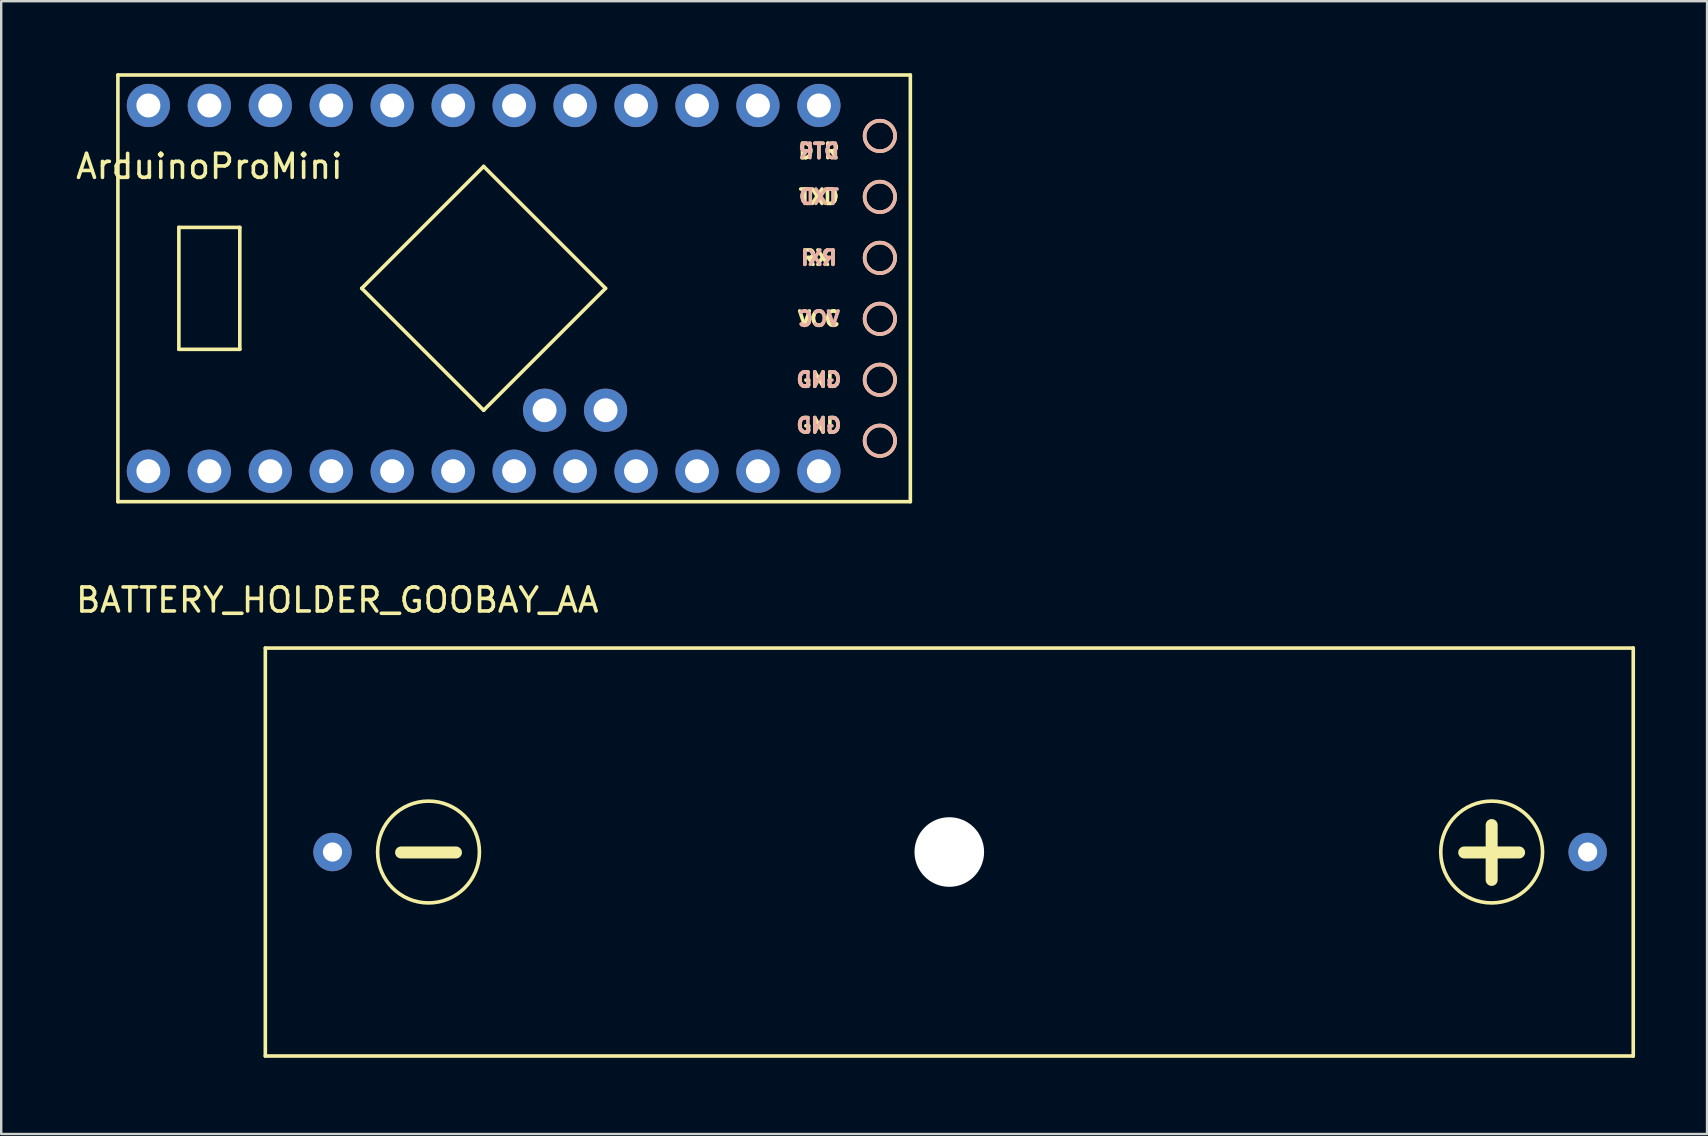
<source format=kicad_pcb>
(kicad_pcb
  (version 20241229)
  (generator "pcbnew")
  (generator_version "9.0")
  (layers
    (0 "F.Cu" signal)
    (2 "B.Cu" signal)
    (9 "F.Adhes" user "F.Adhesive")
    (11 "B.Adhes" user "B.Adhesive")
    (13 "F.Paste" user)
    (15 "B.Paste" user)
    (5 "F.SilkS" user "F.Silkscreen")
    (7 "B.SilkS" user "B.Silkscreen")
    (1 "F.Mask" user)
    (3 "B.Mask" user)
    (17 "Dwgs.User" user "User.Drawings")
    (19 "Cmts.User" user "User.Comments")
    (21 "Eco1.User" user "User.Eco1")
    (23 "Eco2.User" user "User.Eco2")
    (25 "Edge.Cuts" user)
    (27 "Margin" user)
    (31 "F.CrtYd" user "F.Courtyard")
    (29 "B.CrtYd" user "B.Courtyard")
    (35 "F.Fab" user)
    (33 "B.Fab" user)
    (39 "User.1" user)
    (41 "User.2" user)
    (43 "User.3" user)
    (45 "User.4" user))
  (footprint "ArduinoProMini"
    (layer "F.Cu")
    (at 1.863 17.855)
    (property "Reference" "ArduinoProMini" (at 3.81 -13.97 0) (layer "F.SilkS") (effects (font (size 1 1) (thickness 0.15))))
    (attr through_hole)
    (fp_line (start 0 -17.78) (end 0 0) (stroke (width 0.15) (type solid)) (layer "F.SilkS"))
    (fp_line (start 0 0) (end 33.02 0) (stroke (width 0.15) (type solid)) (layer "F.SilkS"))
    (fp_line (start 2.54 -11.43) (end 2.54 -6.35) (stroke (width 0.15) (type solid)) (layer "F.SilkS"))
    (fp_line (start 2.54 -6.35) (end 5.08 -6.35) (stroke (width 0.15) (type solid)) (layer "F.SilkS"))
    (fp_line (start 5.08 -11.43) (end 2.54 -11.43) (stroke (width 0.15) (type solid)) (layer "F.SilkS"))
    (fp_line (start 5.08 -6.35) (end 5.08 -11.43) (stroke (width 0.15) (type solid)) (layer "F.SilkS"))
    (fp_line (start 10.16 -8.89) (end 15.24 -3.81) (stroke (width 0.15) (type solid)) (layer "F.SilkS"))
    (fp_line (start 15.24 -13.97) (end 10.16 -8.89) (stroke (width 0.15) (type solid)) (layer "F.SilkS"))
    (fp_line (start 15.24 -3.81) (end 20.32 -8.89) (stroke (width 0.15) (type solid)) (layer "F.SilkS"))
    (fp_line (start 20.32 -8.89) (end 15.24 -13.97) (stroke (width 0.15) (type solid)) (layer "F.SilkS"))
    (fp_line (start 33.02 -17.78) (end 0 -17.78) (stroke (width 0.15) (type solid)) (layer "F.SilkS"))
    (fp_line (start 33.02 0) (end 33.02 -17.78) (stroke (width 0.15) (type solid)) (layer "F.SilkS"))
    (fp_circle (center 31.75 -15.24) (end 31.75 -14.605) (stroke (width 0.15) (type solid)) (fill no) (layer "F.SilkS"))
    (fp_circle (center 31.75 -12.7) (end 31.75 -12.065) (stroke (width 0.15) (type solid)) (fill no) (layer "F.SilkS"))
    (fp_circle (center 31.75 -10.16) (end 31.75 -9.525) (stroke (width 0.15) (type solid)) (fill no) (layer "F.SilkS"))
    (fp_circle (center 31.75 -7.62) (end 31.75 -6.985) (stroke (width 0.15) (type solid)) (fill no) (layer "F.SilkS"))
    (fp_circle (center 31.75 -5.08) (end 31.75 -4.445) (stroke (width 0.15) (type solid)) (fill no) (layer "F.SilkS"))
    (fp_circle (center 31.75 -2.54) (end 31.75 -1.905) (stroke (width 0.15) (type solid)) (fill no) (layer "F.SilkS"))
    (fp_circle (center 31.75 -15.24) (end 31.75 -14.605) (stroke (width 0.15) (type solid)) (fill no) (layer "B.SilkS"))
    (fp_circle (center 31.75 -12.7) (end 31.75 -12.065) (stroke (width 0.15) (type solid)) (fill no) (layer "B.SilkS"))
    (fp_circle (center 31.75 -10.16) (end 31.75 -9.525) (stroke (width 0.15) (type solid)) (fill no) (layer "B.SilkS"))
    (fp_circle (center 31.75 -7.62) (end 31.75 -6.985) (stroke (width 0.15) (type solid)) (fill no) (layer "B.SilkS"))
    (fp_circle (center 31.75 -5.08) (end 31.75 -4.445) (stroke (width 0.15) (type solid)) (fill no) (layer "B.SilkS"))
    (fp_circle (center 31.75 -2.54) (end 31.75 -1.905) (stroke (width 0.15) (type solid)) (fill no) (layer "B.SilkS"))
    (fp_text user "GND" (at 29.21 -5.08 0) (layer "F.SilkS") (effects (font (size 0.6 0.6) (thickness 0.15))))
    (fp_text user "GND" (at 29.21 -3.175 0) (layer "F.SilkS") (effects (font (size 0.6 0.6) (thickness 0.15))))
    (fp_text user "DTR" (at 29.21 -14.605 0) (layer "F.SilkS") (effects (font (size 0.6 0.6) (thickness 0.15))))
    (fp_text user "RXI" (at 29.21 -10.16 0) (layer "F.SilkS") (effects (font (size 0.6 0.6) (thickness 0.15))))
    (fp_text user "TXD" (at 29.21 -12.7 0) (layer "F.SilkS") (effects (font (size 0.6 0.6) (thickness 0.15))))
    (fp_text user "VCC" (at 29.21 -7.62 0) (layer "F.SilkS") (effects (font (size 0.6 0.6) (thickness 0.15))))
    (fp_text user "VCC" (at 29.21 -7.62 0) (layer "B.SilkS") (effects (font (size 0.6 0.6) (thickness 0.15)) (justify mirror)))
    (fp_text user "TXD" (at 29.21 -12.7 0) (layer "B.SilkS") (effects (font (size 0.6 0.6) (thickness 0.15)) (justify mirror)))
    (fp_text user "RXI" (at 29.21 -10.16 0) (layer "B.SilkS") (effects (font (size 0.6 0.6) (thickness 0.15)) (justify mirror)))
    (fp_text user "GND" (at 29.21 -5.08 0) (layer "B.SilkS") (effects (font (size 0.6 0.6) (thickness 0.15)) (justify mirror)))
    (fp_text user "DTR" (at 29.21 -14.605 0) (layer "B.SilkS") (effects (font (size 0.6 0.6) (thickness 0.15)) (justify mirror)))
    (fp_text user "GND" (at 29.21 -3.175 0) (layer "B.SilkS") (effects (font (size 0.6 0.6) (thickness 0.15)) (justify mirror)))
    (pad "1" thru_hole circle (at 1.27 -1.27) (size 1.8 1.8) (drill 1) (layers "*.Cu" "*.Mask"))
    (pad "2" thru_hole circle (at 3.81 -1.27) (size 1.8 1.8) (drill 1) (layers "*.Cu" "*.Mask"))
    (pad "3" thru_hole circle (at 6.35 -1.27) (size 1.8 1.8) (drill 1) (layers "*.Cu" "*.Mask"))
    (pad "4" thru_hole circle (at 8.89 -1.27) (size 1.8 1.8) (drill 1) (layers "*.Cu" "*.Mask"))
    (pad "5" thru_hole circle (at 11.43 -1.27) (size 1.8 1.8) (drill 1) (layers "*.Cu" "*.Mask"))
    (pad "6" thru_hole circle (at 13.97 -1.27) (size 1.8 1.8) (drill 1) (layers "*.Cu" "*.Mask"))
    (pad "7" thru_hole circle (at 16.51 -1.27) (size 1.8 1.8) (drill 1) (layers "*.Cu" "*.Mask"))
    (pad "8" thru_hole circle (at 19.05 -1.27) (size 1.8 1.8) (drill 1) (layers "*.Cu" "*.Mask"))
    (pad "9" thru_hole circle (at 21.59 -1.27) (size 1.8 1.8) (drill 1) (layers "*.Cu" "*.Mask"))
    (pad "10" thru_hole circle (at 24.13 -1.27) (size 1.8 1.8) (drill 1) (layers "*.Cu" "*.Mask"))
    (pad "11" thru_hole circle (at 26.67 -1.27) (size 1.8 1.8) (drill 1) (layers "*.Cu" "*.Mask"))
    (pad "12" thru_hole circle (at 29.21 -1.27) (size 1.8 1.8) (drill 1) (layers "*.Cu" "*.Mask"))
    (pad "13" thru_hole circle (at 29.21 -16.51) (size 1.8 1.8) (drill 1) (layers "*.Cu" "*.Mask"))
    (pad "14" thru_hole circle (at 26.67 -16.51) (size 1.8 1.8) (drill 1) (layers "*.Cu" "*.Mask"))
    (pad "15" thru_hole circle (at 24.13 -16.51) (size 1.8 1.8) (drill 1) (layers "*.Cu" "*.Mask"))
    (pad "16" thru_hole circle (at 21.59 -16.51) (size 1.8 1.8) (drill 1) (layers "*.Cu" "*.Mask"))
    (pad "17" thru_hole circle (at 19.05 -16.51) (size 1.8 1.8) (drill 1) (layers "*.Cu" "*.Mask"))
    (pad "18" thru_hole circle (at 16.51 -16.51) (size 1.8 1.8) (drill 1) (layers "*.Cu" "*.Mask"))
    (pad "19" thru_hole circle (at 13.97 -16.51) (size 1.8 1.8) (drill 1) (layers "*.Cu" "*.Mask"))
    (pad "20" thru_hole circle (at 11.43 -16.51) (size 1.8 1.8) (drill 1) (layers "*.Cu" "*.Mask"))
    (pad "21" thru_hole circle (at 8.89 -16.51) (size 1.8 1.8) (drill 1) (layers "*.Cu" "*.Mask"))
    (pad "22" thru_hole circle (at 6.35 -16.51) (size 1.8 1.8) (drill 1) (layers "*.Cu" "*.Mask"))
    (pad "23" thru_hole circle (at 3.81 -16.51) (size 1.8 1.8) (drill 1) (layers "*.Cu" "*.Mask"))
    (pad "24" thru_hole circle (at 1.27 -16.51) (size 1.8 1.8) (drill 1) (layers "*.Cu" "*.Mask"))
    (pad "25" thru_hole circle (at 17.78 -3.81) (size 1.8 1.8) (drill 1) (layers "*.Cu" "*.Mask"))
    (pad "26" thru_hole circle (at 20.32 -3.81) (size 1.8 1.8) (drill 1) (layers "*.Cu" "*.Mask")))
  (footprint "BATTERY_HOLDER_GOOBAY_AA"
    (layer "F.Cu")
    (at 8.006 40.953)
    (property "Reference" "BATTERY_HOLDER_GOOBAY_AA" (at 3 -19 0) (layer "F.SilkS") (effects (font (size 1 1) (thickness 0.15))))
    (attr through_hole)
    (fp_line (start 0 -17) (end 57 -17) (stroke (width 0.15) (type solid)) (layer "F.SilkS"))
    (fp_line (start 0 0) (end 0 -17) (stroke (width 0.15) (type solid)) (layer "F.SilkS"))
    (fp_line (start 57 -17) (end 57 0) (stroke (width 0.15) (type solid)) (layer "F.SilkS"))
    (fp_line (start 57 0) (end 0 0) (stroke (width 0.15) (type solid)) (layer "F.SilkS"))
    (fp_circle (center 6.8 -8.5) (end 8.3 -7) (stroke (width 0.15) (type solid)) (fill no) (layer "F.SilkS"))
    (fp_circle (center 51.1 -8.5) (end 52.6 -7) (stroke (width 0.15) (type solid)) (fill no) (layer "F.SilkS"))
    (fp_text user "+" (at 51.1 -8.7 0) (layer "F.SilkS") (effects (font (size 3 3) (thickness 0.5))))
    (fp_text user "-" (at 6.8 -8.7 0) (layer "F.SilkS") (effects (font (size 3 3) (thickness 0.5))))
    (pad "" np_thru_hole circle (at 28.5 -8.5) (size 2.9 2.9) (drill 2.9) (layers "*.Cu" "*.Mask"))
    (pad "1" thru_hole circle (at 55.1 -8.5) (size 1.6 1.6) (drill 0.8) (layers "*.Cu" "*.Mask"))
    (pad "2" thru_hole circle (at 2.8 -8.5) (size 1.6 1.6) (drill 0.8) (layers "*.Cu" "*.Mask")))
  (gr_rect
    (start -3 -3)
    (end 68.081 44.203)
    (stroke (width 0.1) (type default))
    (fill no)
    (layer "Edge.Cuts")))
</source>
